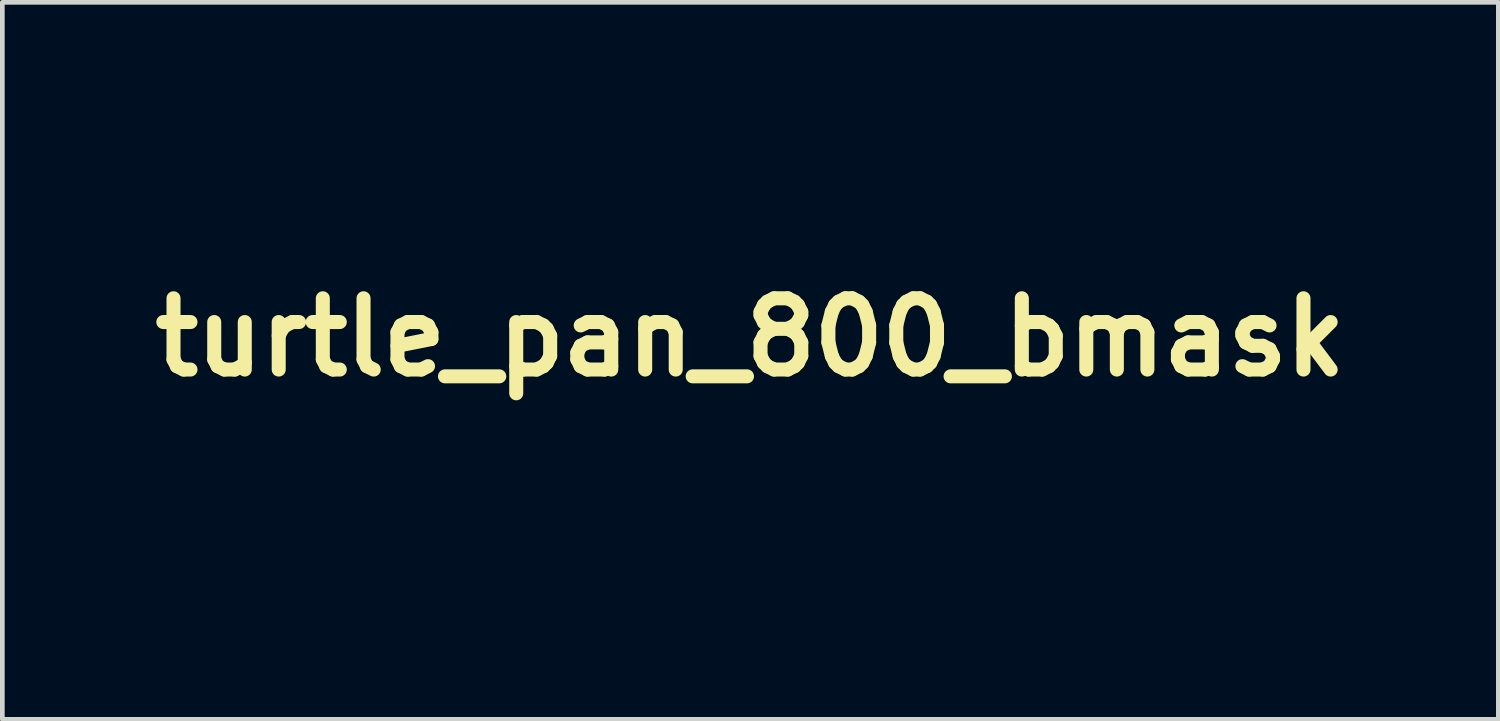
<source format=kicad_pcb>
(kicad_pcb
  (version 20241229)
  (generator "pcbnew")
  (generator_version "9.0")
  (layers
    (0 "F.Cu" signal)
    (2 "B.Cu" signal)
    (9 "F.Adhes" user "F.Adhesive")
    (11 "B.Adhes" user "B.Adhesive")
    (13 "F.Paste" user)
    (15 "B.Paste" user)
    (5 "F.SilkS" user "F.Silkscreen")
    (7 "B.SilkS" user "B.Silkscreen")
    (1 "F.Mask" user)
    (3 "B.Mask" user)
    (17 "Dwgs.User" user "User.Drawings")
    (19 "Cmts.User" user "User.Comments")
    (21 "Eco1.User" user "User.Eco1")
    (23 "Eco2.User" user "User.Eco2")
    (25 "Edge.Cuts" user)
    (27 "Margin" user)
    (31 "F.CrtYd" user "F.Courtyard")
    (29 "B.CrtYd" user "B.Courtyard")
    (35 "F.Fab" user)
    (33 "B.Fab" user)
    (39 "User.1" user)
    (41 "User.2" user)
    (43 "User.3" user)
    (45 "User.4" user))
  (footprint "turtle_pan_800_bmask"
    (layer "F.Cu")
    (at 12.998 4.164)
    (property "Reference" "turtle_pan_800_bmask" (at 0 0 0) (layer "F.SilkS") (effects (font (size 1.524 1.524) (thickness 0.3))))
    (attr through_hole)
    (fp_poly (pts (xy -1.999 1.443) (xy -1.929 1.492) (xy -1.896 1.584) (xy -1.891 1.684) (xy -1.901 1.791) (xy -1.935 1.865) (xy -1.983 1.917) (xy -2.099 1.985) (xy -2.23 1.999) (xy -2.357 1.959) (xy -2.393 1.934) (xy -2.46 1.854) (xy -2.47 1.761) (xy -2.424 1.65) (xy -2.363 1.567) (xy -2.292 1.486) (xy -2.233 1.445) (xy -2.165 1.43) (xy -2.113 1.429) (xy -1.999 1.443)) (stroke (width 0.01) (type solid)) (fill yes) (layer "F.Mask"))
    (fp_poly (pts (xy -3.254 1.331) (xy -3.169 1.409) (xy -3.12 1.524) (xy -3.111 1.606) (xy -3.137 1.734) (xy -3.21 1.822) (xy -3.327 1.866) (xy -3.397 1.871) (xy -3.498 1.862) (xy -3.564 1.83) (xy -3.612 1.779) (xy -3.671 1.682) (xy -3.676 1.604) (xy -3.64 1.549) (xy -3.596 1.484) (xy -3.572 1.427) (xy -3.536 1.352) (xy -3.477 1.314) (xy -3.376 1.302) (xy -3.364 1.302) (xy -3.254 1.331)) (stroke (width 0.01) (type solid)) (fill yes) (layer "F.Mask"))
    (fp_poly (pts (xy 3.533 -0.315) (xy 3.618 -0.3) (xy 3.663 -0.269) (xy 3.664 -0.267) (xy 3.688 -0.142) (xy 3.659 -0.046) (xy 3.579 0.014) (xy 3.471 0.033) (xy 3.381 0.05) (xy 3.32 0.08) (xy 3.241 0.116) (xy 3.17 0.127) (xy 3.087 0.141) (xy 2.972 0.179) (xy 2.845 0.231) (xy 2.731 0.29) (xy 2.664 0.324) (xy 2.609 0.349) (xy 2.547 0.383) (xy 2.454 0.442) (xy 2.347 0.515) (xy 2.335 0.524) (xy 2.192 0.612) (xy 2.069 0.661) (xy 1.973 0.669) (xy 1.926 0.646) (xy 1.9 0.581) (xy 1.929 0.496) (xy 2.015 0.388) (xy 2.104 0.302) (xy 2.205 0.215) (xy 2.296 0.14) (xy 2.36 0.093) (xy 2.37 0.086) (xy 2.522 0.003) (xy 2.653 -0.064) (xy 2.751 -0.109) (xy 2.806 -0.127) (xy 2.809 -0.127) (xy 2.862 -0.149) (xy 2.889 -0.175) (xy 2.946 -0.207) (xy 3.032 -0.223) (xy 3.044 -0.223) (xy 3.146 -0.237) (xy 3.236 -0.268) (xy 3.239 -0.27) (xy 3.323 -0.3) (xy 3.427 -0.315) (xy 3.533 -0.315)) (stroke (width 0.01) (type solid)) (fill yes) (layer "F.Mask"))
    (fp_poly (pts (xy 4.626 1.002) (xy 4.709 1.051) (xy 4.768 1.13) (xy 4.78 1.167) (xy 4.81 1.263) (xy 4.844 1.338) (xy 4.872 1.422) (xy 4.888 1.533) (xy 4.89 1.577) (xy 4.9 1.69) (xy 4.925 1.792) (xy 4.937 1.82) (xy 4.965 1.9) (xy 4.99 2.015) (xy 5.004 2.114) (xy 5.017 2.218) (xy 5.03 2.292) (xy 5.039 2.318) (xy 5.1 2.293) (xy 5.189 2.216) (xy 5.307 2.087) (xy 5.366 2.016) (xy 5.495 1.872) (xy 5.603 1.782) (xy 5.688 1.746) (xy 5.747 1.766) (xy 5.779 1.841) (xy 5.785 1.917) (xy 5.758 2.042) (xy 5.686 2.183) (xy 5.579 2.326) (xy 5.448 2.459) (xy 5.303 2.567) (xy 5.233 2.606) (xy 5.13 2.657) (xy 5.036 2.704) (xy 5.012 2.717) (xy 4.899 2.758) (xy 4.809 2.742) (xy 4.732 2.669) (xy 4.732 2.669) (xy 4.698 2.606) (xy 4.674 2.523) (xy 4.657 2.403) (xy 4.646 2.264) (xy 4.634 2.123) (xy 4.619 2.001) (xy 4.602 1.915) (xy 4.592 1.889) (xy 4.572 1.826) (xy 4.552 1.722) (xy 4.538 1.603) (xy 4.522 1.475) (xy 4.499 1.358) (xy 4.477 1.284) (xy 4.452 1.175) (xy 4.466 1.079) (xy 4.515 1.013) (xy 4.542 1) (xy 4.626 1.002)) (stroke (width 0.01) (type solid)) (fill yes) (layer "F.Mask"))
    (fp_poly (pts (xy 0.115 -0.887) (xy 0.216 -0.874) (xy 0.28 -0.847) (xy 0.286 -0.841) (xy 0.336 -0.801) (xy 0.361 -0.793) (xy 0.422 -0.775) (xy 0.522 -0.729) (xy 0.647 -0.662) (xy 0.783 -0.582) (xy 0.873 -0.524) (xy 1.027 -0.409) (xy 1.194 -0.263) (xy 1.363 -0.098) (xy 1.52 0.072) (xy 1.654 0.234) (xy 1.751 0.375) (xy 1.768 0.405) (xy 1.811 0.516) (xy 1.836 0.643) (xy 1.843 0.767) (xy 1.829 0.867) (xy 1.803 0.914) (xy 1.728 0.951) (xy 1.639 0.933) (xy 1.55 0.863) (xy 1.543 0.855) (xy 1.489 0.775) (xy 1.461 0.701) (xy 1.459 0.688) (xy 1.438 0.616) (xy 1.39 0.539) (xy 1.388 0.537) (xy 1.333 0.473) (xy 1.254 0.379) (xy 1.164 0.273) (xy 1.149 0.255) (xy 1.039 0.134) (xy 0.913 0.01) (xy 0.8 -0.09) (xy 0.709 -0.163) (xy 0.64 -0.222) (xy 0.604 -0.253) (xy 0.603 -0.254) (xy 0.569 -0.279) (xy 0.497 -0.324) (xy 0.429 -0.364) (xy 0.34 -0.417) (xy 0.275 -0.46) (xy 0.254 -0.479) (xy 0.214 -0.503) (xy 0.148 -0.526) (xy 0.036 -0.564) (xy -0.073 -0.618) (xy -0.161 -0.678) (xy -0.212 -0.732) (xy -0.218 -0.747) (xy -0.204 -0.811) (xy -0.172 -0.847) (xy -0.101 -0.874) (xy 0.002 -0.888) (xy 0.115 -0.887)) (stroke (width 0.01) (type solid)) (fill yes) (layer "F.Mask"))
    (fp_poly (pts (xy 0.898 -4.156) (xy 1.048 -4.144) (xy 1.171 -4.122) (xy 1.206 -4.112) (xy 1.316 -4.085) (xy 1.452 -4.068) (xy 1.537 -4.064) (xy 1.66 -4.057) (xy 1.757 -4.038) (xy 1.795 -4.021) (xy 1.867 -3.987) (xy 1.965 -3.958) (xy 1.983 -3.955) (xy 2.082 -3.928) (xy 2.163 -3.893) (xy 2.172 -3.887) (xy 2.245 -3.851) (xy 2.291 -3.842) (xy 2.348 -3.826) (xy 2.433 -3.788) (xy 2.521 -3.741) (xy 2.587 -3.697) (xy 2.603 -3.681) (xy 2.641 -3.653) (xy 2.702 -3.616) (xy 2.82 -3.546) (xy 2.95 -3.46) (xy 3.073 -3.37) (xy 3.169 -3.292) (xy 3.204 -3.258) (xy 3.244 -3.219) (xy 3.287 -3.195) (xy 3.347 -3.182) (xy 3.441 -3.176) (xy 3.582 -3.175) (xy 3.587 -3.175) (xy 3.755 -3.171) (xy 3.87 -3.159) (xy 3.94 -3.138) (xy 3.955 -3.128) (xy 4.035 -3.092) (xy 4.102 -3.081) (xy 4.172 -3.069) (xy 4.207 -3.048) (xy 4.247 -3.013) (xy 4.319 -2.971) (xy 4.328 -2.967) (xy 4.426 -2.918) (xy 4.533 -2.864) (xy 4.546 -2.857) (xy 4.628 -2.802) (xy 4.737 -2.712) (xy 4.861 -2.6) (xy 4.989 -2.475) (xy 5.11 -2.349) (xy 5.213 -2.233) (xy 5.287 -2.138) (xy 5.317 -2.088) (xy 5.354 -2.01) (xy 5.388 -1.96) (xy 5.393 -1.955) (xy 5.418 -1.915) (xy 5.44 -1.839) (xy 5.443 -1.827) (xy 5.471 -1.722) (xy 5.51 -1.629) (xy 5.538 -1.532) (xy 5.553 -1.38) (xy 5.556 -1.266) (xy 5.556 -0.992) (xy 5.707 -0.871) (xy 5.803 -0.791) (xy 5.888 -0.711) (xy 5.928 -0.669) (xy 5.991 -0.597) (xy 6.043 -0.54) (xy 6.091 -0.468) (xy 6.108 -0.429) (xy 6.141 -0.366) (xy 6.2 -0.285) (xy 6.223 -0.258) (xy 6.281 -0.18) (xy 6.315 -0.113) (xy 6.318 -0.095) (xy 6.341 -0.027) (xy 6.362 -0.004) (xy 6.39 0.047) (xy 6.414 0.136) (xy 6.425 0.202) (xy 6.447 0.328) (xy 6.48 0.451) (xy 6.496 0.495) (xy 6.531 0.627) (xy 6.528 0.781) (xy 6.528 0.785) (xy 6.519 0.883) (xy 6.524 0.933) (xy 6.546 0.951) (xy 6.569 0.953) (xy 6.626 0.935) (xy 6.644 0.913) (xy 6.676 0.892) (xy 6.76 0.877) (xy 6.901 0.867) (xy 7.008 0.862) (xy 7.191 0.861) (xy 7.334 0.872) (xy 7.456 0.901) (xy 7.58 0.955) (xy 7.725 1.039) (xy 7.797 1.085) (xy 7.899 1.164) (xy 8.001 1.263) (xy 8.092 1.37) (xy 8.159 1.469) (xy 8.191 1.547) (xy 8.191 1.558) (xy 8.214 1.623) (xy 8.239 1.651) (xy 8.279 1.714) (xy 8.287 1.758) (xy 8.303 1.833) (xy 8.34 1.919) (xy 8.341 1.921) (xy 8.373 2.012) (xy 8.393 2.138) (xy 8.4 2.28) (xy 8.395 2.421) (xy 8.378 2.539) (xy 8.349 2.618) (xy 8.342 2.627) (xy 8.299 2.706) (xy 8.287 2.769) (xy 8.269 2.846) (xy 8.239 2.889) (xy 8.199 2.943) (xy 8.191 2.973) (xy 8.169 3.025) (xy 8.128 3.071) (xy 8.08 3.121) (xy 8.065 3.152) (xy 8.04 3.202) (xy 7.976 3.276) (xy 7.886 3.364) (xy 7.782 3.453) (xy 7.678 3.533) (xy 7.587 3.592) (xy 7.522 3.619) (xy 7.515 3.619) (xy 7.464 3.634) (xy 7.385 3.669) (xy 7.358 3.683) (xy 7.302 3.709) (xy 7.239 3.726) (xy 7.157 3.738) (xy 7.043 3.743) (xy 6.884 3.745) (xy 6.787 3.745) (xy 6.598 3.744) (xy 6.459 3.739) (xy 6.359 3.729) (xy 6.284 3.713) (xy 6.221 3.689) (xy 6.207 3.683) (xy 6.123 3.645) (xy 6.063 3.623) (xy 6.05 3.621) (xy 5.985 3.602) (xy 5.891 3.556) (xy 5.792 3.497) (xy 5.709 3.437) (xy 5.683 3.413) (xy 5.591 3.347) (xy 5.498 3.344) (xy 5.405 3.405) (xy 5.396 3.415) (xy 5.323 3.48) (xy 5.213 3.564) (xy 5.086 3.654) (xy 4.958 3.736) (xy 4.849 3.8) (xy 4.794 3.826) (xy 4.737 3.852) (xy 4.653 3.895) (xy 4.629 3.907) (xy 4.54 3.946) (xy 4.464 3.968) (xy 4.451 3.969) (xy 4.379 3.992) (xy 4.35 4.016) (xy 4.289 4.053) (xy 4.227 4.065) (xy 4.145 4.08) (xy 4.045 4.115) (xy 4.016 4.128) (xy 3.903 4.168) (xy 3.784 4.19) (xy 3.762 4.191) (xy 3.664 4.204) (xy 3.584 4.233) (xy 3.574 4.24) (xy 3.499 4.269) (xy 3.369 4.284) (xy 3.265 4.286) (xy 3.11 4.294) (xy 2.964 4.313) (xy 2.871 4.336) (xy 2.756 4.364) (xy 2.606 4.377) (xy 2.408 4.378) (xy 2.395 4.378) (xy 2.066 4.37) (xy 1.955 4.515) (xy 1.868 4.618) (xy 1.766 4.723) (xy 1.66 4.819) (xy 1.564 4.896) (xy 1.488 4.944) (xy 1.457 4.953) (xy 1.392 4.976) (xy 1.369 4.996) (xy 1.317 5.027) (xy 1.229 5.052) (xy 1.186 5.06) (xy 1.087 5.08) (xy 1.011 5.106) (xy 0.993 5.118) (xy 0.939 5.137) (xy 0.839 5.152) (xy 0.713 5.162) (xy 0.578 5.166) (xy 0.452 5.163) (xy 0.353 5.152) (xy 0.333 5.148) (xy 0.239 5.117) (xy 0.169 5.086) (xy 0.088 5.059) (xy -0.01 5.048) (xy -0.01 5.048) (xy -0.096 5.035) (xy -0.156 5.003) (xy -0.159 5.001) (xy -0.218 4.96) (xy -0.251 4.953) (xy -0.32 4.929) (xy -0.413 4.866) (xy -0.519 4.776) (xy -0.625 4.671) (xy -0.719 4.563) (xy -0.79 4.465) (xy -0.824 4.389) (xy -0.825 4.375) (xy -0.837 4.324) (xy -0.868 4.239) (xy -0.895 4.174) (xy -0.939 4.083) (xy -0.977 4.035) (xy -1.027 4.016) (xy -1.094 4.012) (xy -1.205 4.004) (xy -1.307 3.989) (xy -1.318 3.987) (xy -1.404 3.968) (xy -0.522 3.968) (xy -0.503 4.072) (xy -0.492 4.119) (xy -0.417 4.309) (xy -0.307 4.465) (xy -0.17 4.573) (xy -0.16 4.578) (xy -0.081 4.623) (xy -0.025 4.661) (xy -0.021 4.665) (xy 0.032 4.688) (xy 0.115 4.7) (xy 0.125 4.7) (xy 0.228 4.714) (xy 0.317 4.746) (xy 0.318 4.747) (xy 0.411 4.777) (xy 0.542 4.791) (xy 0.687 4.788) (xy 0.822 4.77) (xy 0.9 4.747) (xy 0.998 4.715) (xy 1.087 4.699) (xy 1.096 4.699) (xy 1.17 4.678) (xy 1.27 4.621) (xy 1.381 4.54) (xy 1.491 4.446) (xy 1.587 4.35) (xy 1.655 4.264) (xy 1.683 4.199) (xy 1.683 4.196) (xy 1.695 4.151) (xy 1.726 4.072) (xy 1.746 4.028) (xy 1.8 3.837) (xy 1.794 3.648) (xy 1.746 3.508) (xy 1.708 3.413) (xy 1.686 3.33) (xy 1.684 3.311) (xy 1.662 3.26) (xy 1.605 3.181) (xy 1.526 3.089) (xy 1.437 2.998) (xy 1.353 2.92) (xy 1.285 2.869) (xy 1.254 2.857) (xy 1.202 2.835) (xy 1.175 2.81) (xy 1.121 2.784) (xy 1.023 2.768) (xy 0.899 2.762) (xy 0.768 2.765) (xy 0.648 2.778) (xy 0.558 2.801) (xy 0.54 2.81) (xy 0.457 2.845) (xy 0.394 2.856) (xy 0.323 2.88) (xy 0.27 2.921) (xy 0.217 2.968) (xy 0.183 2.985) (xy 0.135 3.006) (xy 0.056 3.063) (xy -0.043 3.145) (xy -0.149 3.241) (xy -0.251 3.34) (xy -0.336 3.432) (xy -0.391 3.503) (xy -0.433 3.586) (xy -0.475 3.699) (xy -0.494 3.765) (xy -0.518 3.877) (xy -0.522 3.968) (xy -1.404 3.968) (xy -1.412 3.966) (xy -1.484 3.951) (xy -1.549 3.913) (xy -1.598 3.853) (xy -1.637 3.8) (xy -1.664 3.805) (xy -1.71 3.833) (xy -1.772 3.842) (xy -1.856 3.857) (xy -1.955 3.894) (xy -1.977 3.905) (xy -2.027 3.929) (xy -2.084 3.946) (xy -2.158 3.957) (xy -2.26 3.964) (xy -2.402 3.967) (xy -2.594 3.968) (xy -2.627 3.968) (xy -2.831 3.966) (xy -2.982 3.963) (xy -3.092 3.956) (xy -3.173 3.944) (xy -3.236 3.927) (xy -3.286 3.905) (xy -3.376 3.867) (xy -3.449 3.845) (xy -3.465 3.843) (xy -3.528 3.819) (xy -3.556 3.794) (xy -3.608 3.754) (xy -3.635 3.747) (xy -3.68 3.728) (xy -3.755 3.682) (xy -3.819 3.635) (xy -3.903 3.575) (xy -3.969 3.535) (xy -3.995 3.524) (xy -4.035 3.502) (xy -4.104 3.443) (xy -4.19 3.361) (xy -4.279 3.268) (xy -4.361 3.176) (xy -4.423 3.099) (xy -4.451 3.053) (xy -4.485 2.969) (xy -4.521 3.054) (xy -4.566 3.133) (xy -4.627 3.212) (xy -4.69 3.275) (xy -4.737 3.302) (xy -4.739 3.302) (xy -4.782 3.32) (xy -4.847 3.364) (xy -4.849 3.365) (xy -4.923 3.41) (xy -4.985 3.429) (xy -5.053 3.452) (xy -5.076 3.472) (xy -5.138 3.507) (xy -5.248 3.532) (xy -5.394 3.55) (xy -5.562 3.558) (xy -5.739 3.559) (xy -5.91 3.55) (xy -6.062 3.533) (xy -6.182 3.508) (xy -6.256 3.474) (xy -6.257 3.473) (xy -6.324 3.436) (xy -6.406 3.41) (xy -6.48 3.383) (xy -6.521 3.347) (xy -6.522 3.346) (xy -6.564 3.309) (xy -6.598 3.302) (xy -6.653 3.28) (xy -6.736 3.222) (xy -6.834 3.14) (xy -6.934 3.046) (xy -7.022 2.953) (xy -7.085 2.871) (xy -7.098 2.849) (xy -7.166 2.669) (xy -7.206 2.455) (xy -7.214 2.267) (xy -6.84 2.267) (xy -6.839 2.418) (xy -6.833 2.521) (xy -6.819 2.593) (xy -6.794 2.652) (xy -6.762 2.702) (xy -6.684 2.792) (xy -6.571 2.889) (xy -6.446 2.98) (xy -6.33 3.046) (xy -6.284 3.065) (xy -6.207 3.101) (xy -6.167 3.132) (xy -6.115 3.152) (xy -6.015 3.166) (xy -5.883 3.175) (xy -5.731 3.179) (xy -5.576 3.177) (xy -5.431 3.17) (xy -5.311 3.158) (xy -5.23 3.141) (xy -5.207 3.127) (xy -5.155 3.087) (xy -5.128 3.08) (xy -5.083 3.062) (xy -5.008 3.015) (xy -4.941 2.966) (xy -4.838 2.9) (xy -4.736 2.851) (xy -4.682 2.835) (xy -4.605 2.818) (xy -4.577 2.789) (xy -4.593 2.732) (xy -4.619 2.679) (xy -4.645 2.592) (xy -4.661 2.462) (xy -4.667 2.311) (xy -4.666 2.272) (xy -4.318 2.272) (xy -4.31 2.477) (xy -4.28 2.642) (xy -4.221 2.788) (xy -4.126 2.936) (xy -4.077 3.002) (xy -3.971 3.111) (xy -3.828 3.227) (xy -3.66 3.342) (xy -3.482 3.447) (xy -3.307 3.534) (xy -3.15 3.595) (xy -3.024 3.623) (xy -3.012 3.623) (xy -2.899 3.632) (xy -2.796 3.648) (xy -2.778 3.652) (xy -2.688 3.666) (xy -2.619 3.663) (xy -2.557 3.654) (xy -2.454 3.642) (xy -2.329 3.631) (xy -2.318 3.63) (xy -2.179 3.612) (xy -2.059 3.585) (xy -1.344 3.585) (xy -1.267 3.649) (xy -1.171 3.699) (xy -1.059 3.716) (xy -0.954 3.699) (xy -0.879 3.65) (xy -0.875 3.644) (xy -0.837 3.565) (xy -0.826 3.505) (xy -0.806 3.433) (xy -0.781 3.4) (xy -0.738 3.34) (xy -0.718 3.289) (xy -0.689 3.241) (xy -0.627 3.165) (xy -0.543 3.076) (xy -0.451 2.985) (xy -0.364 2.904) (xy -0.292 2.847) (xy -0.251 2.826) (xy -0.222 2.81) (xy -0.235 2.777) (xy -0.281 2.748) (xy -0.283 2.747) (xy -0.335 2.715) (xy -0.413 2.651) (xy -0.496 2.57) (xy -0.579 2.491) (xy -0.648 2.435) (xy -0.69 2.413) (xy -0.69 2.413) (xy -0.727 2.392) (xy -0.73 2.379) (xy -0.75 2.36) (xy -0.762 2.365) (xy -0.778 2.405) (xy -0.789 2.49) (xy -0.794 2.601) (xy -0.794 2.603) (xy -0.798 2.731) (xy -0.817 2.833) (xy -0.857 2.938) (xy -0.906 3.038) (xy -0.965 3.146) (xy -1.017 3.234) (xy -1.053 3.284) (xy -1.057 3.288) (xy -1.099 3.328) (xy -1.167 3.398) (xy -1.22 3.453) (xy -1.344 3.585) (xy -2.059 3.585) (xy -2.051 3.583) (xy -1.962 3.552) (xy -1.875 3.514) (xy -1.806 3.494) (xy -1.794 3.493) (xy -1.75 3.471) (xy -1.676 3.412) (xy -1.584 3.33) (xy -1.487 3.235) (xy -1.395 3.139) (xy -1.321 3.055) (xy -1.277 2.993) (xy -1.27 2.972) (xy -1.249 2.913) (xy -1.22 2.875) (xy -1.186 2.808) (xy -1.162 2.693) (xy -1.146 2.544) (xy -1.139 2.374) (xy -1.14 2.2) (xy -1.151 2.035) (xy -1.17 1.893) (xy -1.198 1.789) (xy -1.221 1.747) (xy -1.261 1.68) (xy -1.27 1.638) (xy -1.291 1.597) (xy -1.351 1.521) (xy -1.439 1.419) (xy -1.55 1.3) (xy -1.613 1.236) (xy -1.957 0.889) (xy -2.115 0.889) (xy -2.227 0.879) (xy -2.314 0.855) (xy -2.335 0.842) (xy -2.395 0.821) (xy -2.501 0.805) (xy -2.638 0.795) (xy -2.792 0.791) (xy -2.948 0.792) (xy -3.091 0.799) (xy -3.208 0.812) (xy -3.284 0.83) (xy -3.302 0.841) (xy -3.363 0.878) (xy -3.422 0.889) (xy -3.465 0.892) (xy -3.505 0.904) (xy -3.552 0.935) (xy -3.617 0.992) (xy -3.711 1.083) (xy -3.762 1.133) (xy -3.898 1.27) (xy -3.996 1.381) (xy -4.069 1.479) (xy -4.127 1.58) (xy -4.154 1.635) (xy -4.205 1.743) (xy -4.253 1.84) (xy -4.273 1.878) (xy -4.3 1.969) (xy -4.315 2.119) (xy -4.318 2.272) (xy -4.666 2.272) (xy -4.663 2.157) (xy -4.649 2.022) (xy -4.625 1.928) (xy -4.59 1.825) (xy -4.561 1.71) (xy -4.558 1.699) (xy -4.531 1.603) (xy -4.495 1.528) (xy -4.487 1.518) (xy -4.458 1.457) (xy -4.476 1.413) (xy -4.534 1.405) (xy -4.539 1.406) (xy -4.607 1.402) (xy -4.67 1.378) (xy -4.756 1.348) (xy -4.857 1.335) (xy -4.859 1.335) (xy -4.958 1.319) (xy -5.041 1.284) (xy -5.043 1.283) (xy -5.114 1.257) (xy -5.231 1.239) (xy -5.379 1.228) (xy -5.541 1.225) (xy -5.702 1.229) (xy -5.844 1.241) (xy -5.952 1.26) (xy -6.002 1.28) (xy -6.09 1.321) (xy -6.165 1.333) (xy -6.238 1.347) (xy -6.277 1.373) (xy -6.318 1.415) (xy -6.39 1.471) (xy -6.422 1.493) (xy -6.503 1.559) (xy -6.6 1.655) (xy -6.69 1.759) (xy -6.838 1.947) (xy -6.84 2.267) (xy -7.214 2.267) (xy -7.216 2.231) (xy -7.203 2.083) (xy -7.182 1.965) (xy -7.161 1.867) (xy -7.143 1.811) (xy -7.142 1.81) (xy -7.112 1.753) (xy -7.067 1.667) (xy -7.048 1.629) (xy -7 1.553) (xy -6.924 1.457) (xy -6.832 1.352) (xy -6.735 1.251) (xy -6.643 1.163) (xy -6.569 1.102) (xy -6.524 1.079) (xy -6.472 1.057) (xy -6.445 1.032) (xy -6.385 0.996) (xy -6.318 0.984) (xy -6.239 0.968) (xy -6.192 0.937) (xy -6.136 0.901) (xy -6.05 0.875) (xy -6.037 0.873) (xy -5.939 0.856) (xy -5.813 0.832) (xy -5.739 0.818) (xy -5.556 0.781) (xy -5.556 0.78) (xy -5.196 0.78) (xy -5.191 0.83) (xy -5.175 0.852) (xy -5.147 0.857) (xy -5.134 0.857) (xy -5.061 0.872) (xy -4.968 0.909) (xy -4.945 0.921) (xy -4.858 0.961) (xy -4.789 0.983) (xy -4.775 0.984) (xy -4.714 0.998) (xy -4.632 1.033) (xy -4.625 1.036) (xy -4.543 1.078) (xy -4.48 1.11) (xy -4.477 1.111) (xy -4.437 1.157) (xy -4.419 1.218) (xy -4.405 1.281) (xy -4.379 1.294) (xy -4.337 1.254) (xy -4.273 1.161) (xy -4.193 1.049) (xy -4.1 0.936) (xy -4.069 0.903) (xy -3.967 0.811) (xy -3.848 0.719) (xy -3.726 0.638) (xy -3.616 0.575) (xy -3.534 0.543) (xy -3.513 0.54) (xy -3.43 0.522) (xy -3.381 0.496) (xy -3.33 0.477) (xy -3.233 0.461) (xy -3.085 0.447) (xy -2.88 0.435) (xy -2.731 0.429) (xy -2.523 0.42) (xy -2.37 0.412) (xy -2.261 0.403) (xy -2.189 0.392) (xy -2.143 0.378) (xy -2.114 0.359) (xy -2.096 0.338) (xy -2.052 0.266) (xy -2.032 0.219) (xy -1.997 0.157) (xy -1.923 0.06) (xy -1.818 -0.064) (xy -1.69 -0.206) (xy -1.545 -0.358) (xy -1.393 -0.512) (xy -1.24 -0.659) (xy -1.094 -0.792) (xy -1.068 -0.814) (xy -0.994 -0.884) (xy -0.949 -0.937) (xy -0.942 -0.961) (xy -0.988 -0.971) (xy -1.071 -0.976) (xy -1.101 -0.976) (xy -1.213 -0.99) (xy -1.286 -1.028) (xy -1.346 -1.069) (xy -1.385 -1.079) (xy -1.446 -1.096) (xy -1.501 -1.123) (xy -1.571 -1.151) (xy -1.677 -1.176) (xy -1.76 -1.188) (xy -1.87 -1.205) (xy -1.958 -1.229) (xy -1.995 -1.247) (xy -2.042 -1.263) (xy -2.143 -1.276) (xy -2.301 -1.286) (xy -2.518 -1.293) (xy -2.653 -1.296) (xy -2.873 -1.299) (xy -3.039 -1.299) (xy -3.161 -1.296) (xy -3.248 -1.288) (xy -3.31 -1.276) (xy -3.356 -1.259) (xy -3.363 -1.255) (xy -3.448 -1.225) (xy -3.567 -1.2) (xy -3.676 -1.186) (xy -3.797 -1.17) (xy -3.901 -1.146) (xy -3.96 -1.123) (xy -4.037 -1.089) (xy -4.09 -1.079) (xy -4.156 -1.06) (xy -4.223 -1.016) (xy -4.288 -0.97) (xy -4.337 -0.953) (xy -4.381 -0.93) (xy -4.455 -0.87) (xy -4.546 -0.785) (xy -4.643 -0.686) (xy -4.734 -0.586) (xy -4.809 -0.495) (xy -4.856 -0.426) (xy -4.863 -0.41) (xy -4.894 -0.345) (xy -4.921 -0.318) (xy -4.922 -0.318) (xy -4.946 -0.29) (xy -4.968 -0.225) (xy -4.968 -0.224) (xy -4.998 -0.144) (xy -5.034 -0.094) (xy -5.069 -0.035) (xy -5.08 0.029) (xy -5.096 0.118) (xy -5.123 0.175) (xy -5.145 0.236) (xy -5.165 0.344) (xy -5.181 0.483) (xy -5.186 0.548) (xy -5.194 0.689) (xy -5.196 0.78) (xy -5.556 0.78) (xy -5.555 0.541) (xy -5.55 0.372) (xy -5.53 0.22) (xy -5.493 0.069) (xy -5.434 -0.098) (xy -5.347 -0.297) (xy -5.308 -0.381) (xy -5.234 -0.524) (xy -5.146 -0.672) (xy -5.063 -0.793) (xy -5.062 -0.795) (xy -4.975 -0.899) (xy -4.876 -1.002) (xy -4.776 -1.095) (xy -4.688 -1.166) (xy -4.623 -1.203) (xy -4.608 -1.206) (xy -4.564 -1.23) (xy -4.55 -1.248) (xy -4.5 -1.293) (xy -4.413 -1.346) (xy -4.312 -1.393) (xy -4.221 -1.424) (xy -4.182 -1.43) (xy -4.101 -1.447) (xy -4.032 -1.476) (xy -3.946 -1.508) (xy -3.842 -1.523) (xy -3.832 -1.523) (xy -3.718 -1.548) (xy -3.685 -1.57) (xy -3.295 -1.57) (xy -3.295 -1.57) (xy -3.257 -1.568) (xy -3.18 -1.585) (xy -3.129 -1.601) (xy -3.032 -1.622) (xy -2.89 -1.638) (xy -2.718 -1.648) (xy -2.53 -1.653) (xy -2.339 -1.653) (xy -2.162 -1.647) (xy -2.011 -1.635) (xy -1.9 -1.618) (xy -1.862 -1.606) (xy -1.77 -1.577) (xy -1.651 -1.554) (xy -1.595 -1.547) (xy -1.486 -1.529) (xy -1.399 -1.499) (xy -1.37 -1.481) (xy -1.303 -1.44) (xy -1.257 -1.429) (xy -1.189 -1.404) (xy -1.106 -1.341) (xy -1.023 -1.256) (xy -0.957 -1.166) (xy -0.922 -1.089) (xy -0.921 -1.073) (xy -0.908 -1.002) (xy -0.872 -0.989) (xy -0.817 -1.029) (xy -0.734 -1.08) (xy -0.622 -1.113) (xy -0.512 -1.121) (xy -0.458 -1.11) (xy -0.398 -1.067) (xy -0.381 -0.989) (xy -0.381 -0.988) (xy -0.39 -0.932) (xy -0.423 -0.881) (xy -0.493 -0.823) (xy -0.564 -0.774) (xy -0.702 -0.672) (xy -0.877 -0.523) (xy -1.084 -0.333) (xy -1.32 -0.104) (xy -1.58 0.16) (xy -1.692 0.276) (xy -1.907 0.502) (xy -1.809 0.576) (xy -1.623 0.725) (xy -1.447 0.879) (xy -1.291 1.027) (xy -1.168 1.16) (xy -1.094 1.255) (xy -1.03 1.347) (xy -0.978 1.416) (xy -0.949 1.447) (xy -0.927 1.489) (xy -0.921 1.538) (xy -0.901 1.613) (xy -0.873 1.651) (xy -0.833 1.701) (xy -0.825 1.726) (xy -0.809 1.784) (xy -0.798 1.805) (xy -0.771 1.818) (xy -0.723 1.794) (xy -0.644 1.727) (xy -0.631 1.714) (xy -0.53 1.624) (xy -0.406 1.522) (xy -0.302 1.442) (xy -0.201 1.368) (xy -0.117 1.304) (xy -0.066 1.263) (xy -0.064 1.261) (xy -0.01 1.225) (xy 0.078 1.174) (xy 0.159 1.131) (xy 0.271 1.072) (xy 0.376 1.014) (xy 0.429 0.982) (xy 0.519 0.93) (xy 0.603 0.89) (xy 0.603 0.89) (xy 0.692 0.851) (xy 0.773 0.81) (xy 0.853 0.776) (xy 0.916 0.762) (xy 0.982 0.744) (xy 1.041 0.712) (xy 1.137 0.673) (xy 1.22 0.684) (xy 1.278 0.736) (xy 1.297 0.82) (xy 1.285 0.877) (xy 1.227 0.962) (xy 1.124 1.043) (xy 1.016 1.098) (xy 0.934 1.135) (xy 0.821 1.19) (xy 0.7 1.253) (xy 0.596 1.31) (xy 0.556 1.333) (xy 0.474 1.381) (xy 0.364 1.441) (xy 0.286 1.482) (xy 0.169 1.549) (xy 0.033 1.637) (xy -0.084 1.722) (xy -0.179 1.794) (xy -0.255 1.847) (xy -0.298 1.872) (xy -0.301 1.873) (xy -0.346 1.896) (xy -0.404 1.95) (xy -0.454 2.011) (xy -0.476 2.059) (xy -0.455 2.102) (xy -0.399 2.171) (xy -0.333 2.241) (xy -0.209 2.38) (xy -0.146 2.502) (xy -0.143 2.604) (xy -0.144 2.607) (xy -0.153 2.674) (xy -0.123 2.696) (xy -0.051 2.671) (xy 0.039 2.617) (xy 0.141 2.559) (xy 0.233 2.519) (xy 0.285 2.507) (xy 0.374 2.488) (xy 0.427 2.46) (xy 0.497 2.431) (xy 0.619 2.416) (xy 0.746 2.413) (xy 0.91 2.419) (xy 1.018 2.437) (xy 1.065 2.46) (xy 1.134 2.488) (xy 1.234 2.505) (xy 1.278 2.507) (xy 1.383 2.517) (xy 1.477 2.551) (xy 1.588 2.618) (xy 1.596 2.624) (xy 1.737 2.728) (xy 1.846 2.822) (xy 1.915 2.896) (xy 1.936 2.941) (xy 1.959 2.99) (xy 1.984 3.016) (xy 2.021 3.072) (xy 2.05 3.157) (xy 2.051 3.162) (xy 2.071 3.241) (xy 2.099 3.264) (xy 2.151 3.238) (xy 2.173 3.222) (xy 2.252 3.191) (xy 2.382 3.176) (xy 2.436 3.175) (xy 2.549 3.171) (xy 2.62 3.154) (xy 2.655 3.111) (xy 2.66 3.034) (xy 2.641 2.91) (xy 2.624 2.83) (xy 2.599 2.698) (xy 2.58 2.578) (xy 2.572 2.492) (xy 2.572 2.486) (xy 2.552 2.386) (xy 2.498 2.25) (xy 2.414 2.091) (xy 2.356 1.995) (xy 2.243 1.823) (xy 2.137 1.673) (xy 2.048 1.555) (xy 1.993 1.492) (xy 1.921 1.411) (xy 1.863 1.332) (xy 1.829 1.269) (xy 1.835 1.221) (xy 1.86 1.181) (xy 1.912 1.127) (xy 1.974 1.117) (xy 2.058 1.151) (xy 2.12 1.189) (xy 2.274 1.303) (xy 2.399 1.427) (xy 2.517 1.585) (xy 2.54 1.62) (xy 2.595 1.697) (xy 2.635 1.745) (xy 2.691 1.822) (xy 2.755 1.935) (xy 2.819 2.063) (xy 2.874 2.19) (xy 2.91 2.297) (xy 2.921 2.357) (xy 2.931 2.451) (xy 2.955 2.567) (xy 2.969 2.616) (xy 2.997 2.727) (xy 3.014 2.828) (xy 3.016 2.863) (xy 3.017 2.902) (xy 3.027 2.93) (xy 3.053 2.947) (xy 3.107 2.957) (xy 3.197 2.96) (xy 3.332 2.958) (xy 3.508 2.954) (xy 3.685 2.946) (xy 3.812 2.933) (xy 3.904 2.912) (xy 3.968 2.885) (xy 4.053 2.847) (xy 4.121 2.827) (xy 4.131 2.826) (xy 4.194 2.803) (xy 4.223 2.778) (xy 4.291 2.734) (xy 4.366 2.74) (xy 4.431 2.789) (xy 4.471 2.871) (xy 4.477 2.923) (xy 4.463 2.993) (xy 4.414 3.056) (xy 4.345 3.111) (xy 4.255 3.167) (xy 4.175 3.201) (xy 4.146 3.207) (xy 4.069 3.225) (xy 4.006 3.258) (xy 3.97 3.276) (xy 3.918 3.289) (xy 3.842 3.297) (xy 3.73 3.301) (xy 3.573 3.301) (xy 3.381 3.297) (xy 3.178 3.294) (xy 3.029 3.294) (xy 2.925 3.297) (xy 2.857 3.304) (xy 2.816 3.316) (xy 2.791 3.334) (xy 2.787 3.339) (xy 2.71 3.403) (xy 2.593 3.46) (xy 2.461 3.501) (xy 2.337 3.519) (xy 2.307 3.518) (xy 2.175 3.508) (xy 2.165 3.744) (xy 2.163 3.865) (xy 2.166 3.964) (xy 2.173 4.021) (xy 2.173 4.024) (xy 2.191 4.044) (xy 2.234 4.055) (xy 2.311 4.058) (xy 2.434 4.053) (xy 2.548 4.047) (xy 2.701 4.034) (xy 2.838 4.016) (xy 2.943 3.996) (xy 2.991 3.981) (xy 3.069 3.957) (xy 3.184 3.942) (xy 3.293 3.937) (xy 3.433 3.93) (xy 3.536 3.91) (xy 3.573 3.893) (xy 3.64 3.864) (xy 3.742 3.837) (xy 3.8 3.827) (xy 3.902 3.806) (xy 3.979 3.777) (xy 4.003 3.76) (xy 4.064 3.721) (xy 4.103 3.715) (xy 4.177 3.7) (xy 4.25 3.671) (xy 4.342 3.625) (xy 4.413 3.593) (xy 4.548 3.525) (xy 4.717 3.426) (xy 4.908 3.305) (xy 5.104 3.168) (xy 5.122 3.155) (xy 5.247 3.071) (xy 5.365 3) (xy 5.461 2.953) (xy 5.501 2.94) (xy 5.559 2.934) (xy 5.613 2.944) (xy 5.677 2.978) (xy 5.767 3.042) (xy 5.836 3.095) (xy 5.942 3.174) (xy 6.036 3.234) (xy 6.102 3.267) (xy 6.118 3.27) (xy 6.182 3.285) (xy 6.27 3.321) (xy 6.295 3.334) (xy 6.36 3.363) (xy 6.435 3.382) (xy 6.535 3.392) (xy 6.676 3.397) (xy 6.771 3.397) (xy 6.939 3.395) (xy 7.058 3.388) (xy 7.145 3.374) (xy 7.213 3.35) (xy 7.247 3.334) (xy 7.332 3.294) (xy 7.399 3.272) (xy 7.411 3.27) (xy 7.456 3.248) (xy 7.527 3.192) (xy 7.612 3.114) (xy 7.695 3.029) (xy 7.765 2.951) (xy 7.805 2.893) (xy 7.811 2.876) (xy 7.83 2.825) (xy 7.874 2.762) (xy 7.921 2.688) (xy 7.939 2.622) (xy 7.955 2.545) (xy 7.985 2.477) (xy 8.016 2.39) (xy 8.03 2.282) (xy 8.027 2.175) (xy 8.007 2.093) (xy 7.989 2.067) (xy 7.956 2.014) (xy 7.929 1.927) (xy 7.925 1.904) (xy 7.906 1.825) (xy 7.883 1.781) (xy 7.876 1.778) (xy 7.849 1.751) (xy 7.827 1.691) (xy 7.794 1.601) (xy 7.732 1.52) (xy 7.63 1.438) (xy 7.499 1.355) (xy 7.39 1.295) (xy 7.304 1.26) (xy 7.214 1.243) (xy 7.094 1.238) (xy 7.051 1.238) (xy 6.908 1.242) (xy 6.817 1.256) (xy 6.768 1.281) (xy 6.763 1.286) (xy 6.704 1.326) (xy 6.67 1.333) (xy 6.604 1.352) (xy 6.555 1.381) (xy 6.368 1.52) (xy 6.218 1.618) (xy 6.098 1.68) (xy 6 1.71) (xy 5.951 1.714) (xy 5.904 1.691) (xy 5.891 1.63) (xy 5.909 1.543) (xy 5.952 1.444) (xy 6.017 1.343) (xy 6.1 1.254) (xy 6.107 1.249) (xy 6.214 1.159) (xy 6.188 0.905) (xy 6.17 0.766) (xy 6.144 0.636) (xy 6.117 0.54) (xy 6.113 0.533) (xy 6.08 0.419) (xy 6.064 0.3) (xy 6.064 0.291) (xy 6.052 0.195) (xy 6.021 0.131) (xy 6.017 0.127) (xy 5.976 0.075) (xy 5.969 0.048) (xy 5.951 0.003) (xy 5.904 -0.072) (xy 5.858 -0.136) (xy 5.798 -0.22) (xy 5.757 -0.283) (xy 5.747 -0.308) (xy 5.727 -0.344) (xy 5.677 -0.411) (xy 5.617 -0.484) (xy 5.542 -0.568) (xy 5.484 -0.613) (xy 5.422 -0.631) (xy 5.339 -0.634) (xy 5.231 -0.623) (xy 5.136 -0.598) (xy 5.112 -0.587) (xy 5.023 -0.555) (xy 4.921 -0.54) (xy 4.82 -0.524) (xy 4.708 -0.487) (xy 4.683 -0.476) (xy 4.587 -0.438) (xy 4.503 -0.416) (xy 4.483 -0.414) (xy 4.406 -0.394) (xy 4.322 -0.346) (xy 4.254 -0.286) (xy 4.223 -0.229) (xy 4.223 -0.224) (xy 4.237 -0.164) (xy 4.272 -0.081) (xy 4.281 -0.063) (xy 4.327 0.055) (xy 4.355 0.194) (xy 4.365 0.329) (xy 4.352 0.438) (xy 4.343 0.462) (xy 4.289 0.527) (xy 4.217 0.535) (xy 4.135 0.487) (xy 4.084 0.431) (xy 4.031 0.344) (xy 4.002 0.262) (xy 4 0.244) (xy 3.983 0.168) (xy 3.955 0.129) (xy 3.915 0.071) (xy 3.889 -0.000001) (xy 3.86 -0.08) (xy 3.824 -0.129) (xy 3.785 -0.191) (xy 3.778 -0.229) (xy 3.751 -0.288) (xy 3.718 -0.308) (xy 3.657 -0.346) (xy 3.638 -0.376) (xy 3.603 -0.448) (xy 3.545 -0.546) (xy 3.478 -0.649) (xy 3.417 -0.736) (xy 3.38 -0.778) (xy 3.344 -0.819) (xy 3.283 -0.892) (xy 3.223 -0.968) (xy 3.137 -1.072) (xy 3.049 -1.169) (xy 2.969 -1.247) (xy 2.911 -1.294) (xy 2.891 -1.303) (xy 2.86 -1.323) (xy 2.797 -1.375) (xy 2.715 -1.446) (xy 2.599 -1.541) (xy 2.47 -1.635) (xy 2.39 -1.686) (xy 2.298 -1.742) (xy 2.231 -1.789) (xy 2.205 -1.812) (xy 2.162 -1.837) (xy 2.129 -1.841) (xy 2.06 -1.864) (xy 2.035 -1.886) (xy 1.977 -1.927) (xy 1.912 -1.952) (xy 1.806 -1.998) (xy 1.73 -2.069) (xy 1.69 -2.15) (xy 1.693 -2.23) (xy 1.745 -2.293) (xy 1.746 -2.293) (xy 1.772 -2.326) (xy 2.047 -2.326) (xy 2.07 -2.277) (xy 2.127 -2.232) (xy 2.206 -2.205) (xy 2.291 -2.179) (xy 2.35 -2.143) (xy 2.352 -2.14) (xy 2.402 -2.101) (xy 2.425 -2.095) (xy 2.474 -2.077) (xy 2.56 -2.029) (xy 2.671 -1.958) (xy 2.794 -1.875) (xy 2.916 -1.786) (xy 3.024 -1.702) (xy 3.048 -1.681) (xy 3.211 -1.536) (xy 3.37 -1.382) (xy 3.516 -1.23) (xy 3.642 -1.09) (xy 3.737 -0.97) (xy 3.792 -0.88) (xy 3.794 -0.876) (xy 3.836 -0.804) (xy 3.896 -0.72) (xy 3.962 -0.643) (xy 4.019 -0.589) (xy 4.048 -0.573) (xy 4.096 -0.591) (xy 4.142 -0.62) (xy 4.212 -0.657) (xy 4.257 -0.667) (xy 4.321 -0.69) (xy 4.35 -0.714) (xy 4.41 -0.751) (xy 4.473 -0.762) (xy 4.555 -0.777) (xy 4.654 -0.814) (xy 4.676 -0.826) (xy 4.805 -0.872) (xy 4.945 -0.889) (xy 5.059 -0.894) (xy 5.131 -0.916) (xy 5.17 -0.965) (xy 5.187 -1.055) (xy 5.189 -1.196) (xy 5.189 -1.197) (xy 5.179 -1.376) (xy 5.151 -1.501) (xy 5.134 -1.54) (xy 5.097 -1.613) (xy 5.08 -1.662) (xy 5.08 -1.665) (xy 5.056 -1.745) (xy 4.992 -1.854) (xy 4.895 -1.983) (xy 4.776 -2.121) (xy 4.643 -2.259) (xy 4.505 -2.386) (xy 4.372 -2.493) (xy 4.253 -2.57) (xy 4.247 -2.573) (xy 4.162 -2.62) (xy 4.108 -2.658) (xy 4.096 -2.672) (xy 4.068 -2.69) (xy 3.998 -2.709) (xy 3.971 -2.714) (xy 3.881 -2.739) (xy 3.816 -2.773) (xy 3.808 -2.781) (xy 3.753 -2.811) (xy 3.667 -2.827) (xy 3.655 -2.827) (xy 3.547 -2.839) (xy 3.43 -2.868) (xy 3.414 -2.873) (xy 3.333 -2.896) (xy 3.279 -2.899) (xy 3.271 -2.894) (xy 3.217 -2.847) (xy 3.129 -2.795) (xy 3.033 -2.752) (xy 2.957 -2.731) (xy 2.949 -2.731) (xy 2.872 -2.716) (xy 2.777 -2.679) (xy 2.754 -2.667) (xy 2.66 -2.626) (xy 2.576 -2.605) (xy 2.56 -2.603) (xy 2.484 -2.585) (xy 2.445 -2.556) (xy 2.385 -2.515) (xy 2.351 -2.508) (xy 2.289 -2.486) (xy 2.238 -2.445) (xy 2.176 -2.397) (xy 2.128 -2.381) (xy 2.064 -2.365) (xy 2.047 -2.326) (xy 1.772 -2.326) (xy 1.798 -2.36) (xy 1.81 -2.419) (xy 1.834 -2.491) (xy 1.896 -2.582) (xy 1.982 -2.679) (xy 2.077 -2.767) (xy 2.168 -2.832) (xy 2.239 -2.857) (xy 2.241 -2.857) (xy 2.291 -2.88) (xy 2.318 -2.905) (xy 2.378 -2.942) (xy 2.441 -2.953) (xy 2.518 -2.967) (xy 2.61 -3.001) (xy 2.694 -3.045) (xy 2.746 -3.087) (xy 2.752 -3.098) (xy 2.733 -3.131) (xy 2.673 -3.18) (xy 2.588 -3.233) (xy 2.5 -3.276) (xy 2.454 -3.311) (xy 2.445 -3.333) (xy 2.419 -3.363) (xy 2.401 -3.366) (xy 2.348 -3.384) (xy 2.278 -3.428) (xy 2.277 -3.429) (xy 2.201 -3.474) (xy 2.134 -3.493) (xy 2.062 -3.515) (xy 2.032 -3.54) (xy 1.974 -3.574) (xy 1.892 -3.588) (xy 1.795 -3.604) (xy 1.719 -3.639) (xy 1.642 -3.67) (xy 1.504 -3.698) (xy 1.308 -3.721) (xy 1.275 -3.725) (xy 0.925 -3.748) (xy 0.616 -3.752) (xy 0.354 -3.736) (xy 0.142 -3.701) (xy -0.014 -3.646) (xy -0.022 -3.642) (xy -0.099 -3.606) (xy -0.154 -3.588) (xy -0.158 -3.588) (xy -0.201 -3.57) (xy -0.272 -3.525) (xy -0.356 -3.465) (xy -0.434 -3.403) (xy -0.49 -3.353) (xy -0.508 -3.327) (xy -0.479 -3.316) (xy -0.399 -3.308) (xy -0.283 -3.303) (xy -0.198 -3.302) (xy -0.038 -3.299) (xy 0.076 -3.289) (xy 0.161 -3.269) (xy 0.231 -3.239) (xy 0.318 -3.198) (xy 0.39 -3.176) (xy 0.404 -3.175) (xy 0.458 -3.16) (xy 0.56 -3.117) (xy 0.704 -3.049) (xy 0.882 -2.959) (xy 1.063 -2.865) (xy 1.123 -2.823) (xy 1.21 -2.752) (xy 1.307 -2.665) (xy 1.319 -2.654) (xy 1.413 -2.56) (xy 1.465 -2.494) (xy 1.482 -2.445) (xy 1.478 -2.418) (xy 1.473 -2.346) (xy 1.488 -2.25) (xy 1.494 -2.229) (xy 1.511 -2.113) (xy 1.49 -2.024) (xy 1.436 -1.975) (xy 1.4 -1.968) (xy 1.335 -1.95) (xy 1.261 -1.905) (xy 1.199 -1.861) (xy 1.158 -1.842) (xy 1.157 -1.841) (xy 1.121 -1.823) (xy 1.054 -1.775) (xy 0.998 -1.73) (xy 0.917 -1.669) (xy 0.854 -1.628) (xy 0.83 -1.619) (xy 0.795 -1.598) (xy 0.726 -1.542) (xy 0.63 -1.458) (xy 0.519 -1.355) (xy 0.511 -1.347) (xy 0.378 -1.224) (xy 0.281 -1.144) (xy 0.212 -1.099) (xy 0.162 -1.084) (xy 0.152 -1.085) (xy 0.091 -1.12) (xy 0.069 -1.196) (xy 0.087 -1.302) (xy 0.122 -1.387) (xy 0.165 -1.45) (xy 0.238 -1.538) (xy 0.329 -1.64) (xy 0.429 -1.745) (xy 0.525 -1.84) (xy 0.609 -1.916) (xy 0.668 -1.961) (xy 0.686 -1.968) (xy 0.726 -1.986) (xy 0.798 -2.03) (xy 0.866 -2.076) (xy 0.971 -2.141) (xy 1.076 -2.189) (xy 1.129 -2.205) (xy 1.199 -2.222) (xy 1.216 -2.241) (xy 1.191 -2.274) (xy 1.152 -2.326) (xy 1.143 -2.352) (xy 1.118 -2.38) (xy 1.107 -2.381) (xy 1.063 -2.398) (xy 0.987 -2.443) (xy 0.925 -2.485) (xy 0.827 -2.551) (xy 0.738 -2.607) (xy 0.699 -2.628) (xy 0.623 -2.668) (xy 0.523 -2.722) (xy 0.479 -2.747) (xy 0.389 -2.793) (xy 0.315 -2.821) (xy 0.291 -2.826) (xy 0.231 -2.846) (xy 0.186 -2.878) (xy 0.131 -2.907) (xy 0.037 -2.927) (xy -0.108 -2.942) (xy -0.175 -2.946) (xy -0.319 -2.955) (xy -0.413 -2.966) (xy -0.473 -2.983) (xy -0.514 -3.01) (xy -0.54 -3.04) (xy -0.581 -3.11) (xy -0.574 -3.17) (xy -0.57 -3.178) (xy -0.555 -3.218) (xy -0.579 -3.235) (xy -0.652 -3.239) (xy -0.788 -3.208) (xy -0.875 -3.155) (xy -0.961 -3.101) (xy -1.032 -3.089) (xy -1.071 -3.096) (xy -1.147 -3.11) (xy -1.262 -3.123) (xy -1.388 -3.134) (xy -1.526 -3.138) (xy -1.617 -3.129) (xy -1.68 -3.104) (xy -1.689 -3.098) (xy -1.77 -3.064) (xy -1.87 -3.048) (xy -1.876 -3.048) (xy -1.965 -3.036) (xy -2.028 -3.005) (xy -2.032 -3) (xy -2.087 -2.96) (xy -2.117 -2.953) (xy -2.207 -2.928) (xy -2.328 -2.858) (xy -2.474 -2.746) (xy -2.639 -2.599) (xy -2.699 -2.54) (xy -2.832 -2.401) (xy -2.933 -2.281) (xy -3.018 -2.155) (xy -3.104 -2.002) (xy -3.141 -1.929) (xy -3.207 -1.796) (xy -3.257 -1.684) (xy -3.288 -1.605) (xy -3.295 -1.57) (xy -3.685 -1.57) (xy -3.623 -1.611) (xy -3.565 -1.699) (xy -3.555 -1.753) (xy -3.535 -1.837) (xy -3.507 -1.887) (xy -3.469 -1.963) (xy -3.459 -2.014) (xy -3.442 -2.077) (xy -3.401 -2.169) (xy -3.364 -2.238) (xy -3.309 -2.334) (xy -3.265 -2.412) (xy -3.248 -2.445) (xy -3.19 -2.544) (xy -3.105 -2.658) (xy -3.005 -2.777) (xy -2.898 -2.89) (xy -2.796 -2.986) (xy -2.71 -3.052) (xy -2.649 -3.08) (xy -2.646 -3.08) (xy -2.595 -3.103) (xy -2.581 -3.119) (xy -2.535 -3.161) (xy -2.453 -3.213) (xy -2.36 -3.262) (xy -2.279 -3.295) (xy -2.244 -3.302) (xy -2.186 -3.324) (xy -2.163 -3.345) (xy -2.111 -3.376) (xy -2.023 -3.401) (xy -1.979 -3.409) (xy -1.88 -3.429) (xy -1.803 -3.457) (xy -1.784 -3.469) (xy -1.722 -3.49) (xy -1.6 -3.504) (xy -1.422 -3.508) (xy -1.416 -3.508) (xy -1.256 -3.506) (xy -1.146 -3.497) (xy -1.071 -3.481) (xy -1.018 -3.454) (xy -1.017 -3.453) (xy -0.942 -3.413) (xy -0.873 -3.398) (xy -0.831 -3.409) (xy -0.826 -3.424) (xy -0.803 -3.464) (xy -0.744 -3.531) (xy -0.663 -3.614) (xy -0.573 -3.698) (xy -0.486 -3.773) (xy -0.416 -3.825) (xy -0.38 -3.842) (xy -0.314 -3.865) (xy -0.286 -3.889) (xy -0.236 -3.93) (xy -0.21 -3.937) (xy -0.161 -3.951) (xy -0.083 -3.986) (xy -0.055 -4.001) (xy 0.053 -4.043) (xy 0.166 -4.064) (xy 0.182 -4.065) (xy 0.286 -4.078) (xy 0.376 -4.109) (xy 0.381 -4.112) (xy 0.461 -4.137) (xy 0.586 -4.152) (xy 0.738 -4.159) (xy 0.898 -4.156)) (stroke (width 0.01) (type solid)) (fill yes) (layer "F.Mask")))
  (gr_rect
    (start -3 -3)
    (end 28.995 12.334)
    (stroke (width 0.1) (type default))
    (fill no)
    (layer "Edge.Cuts")))
</source>
